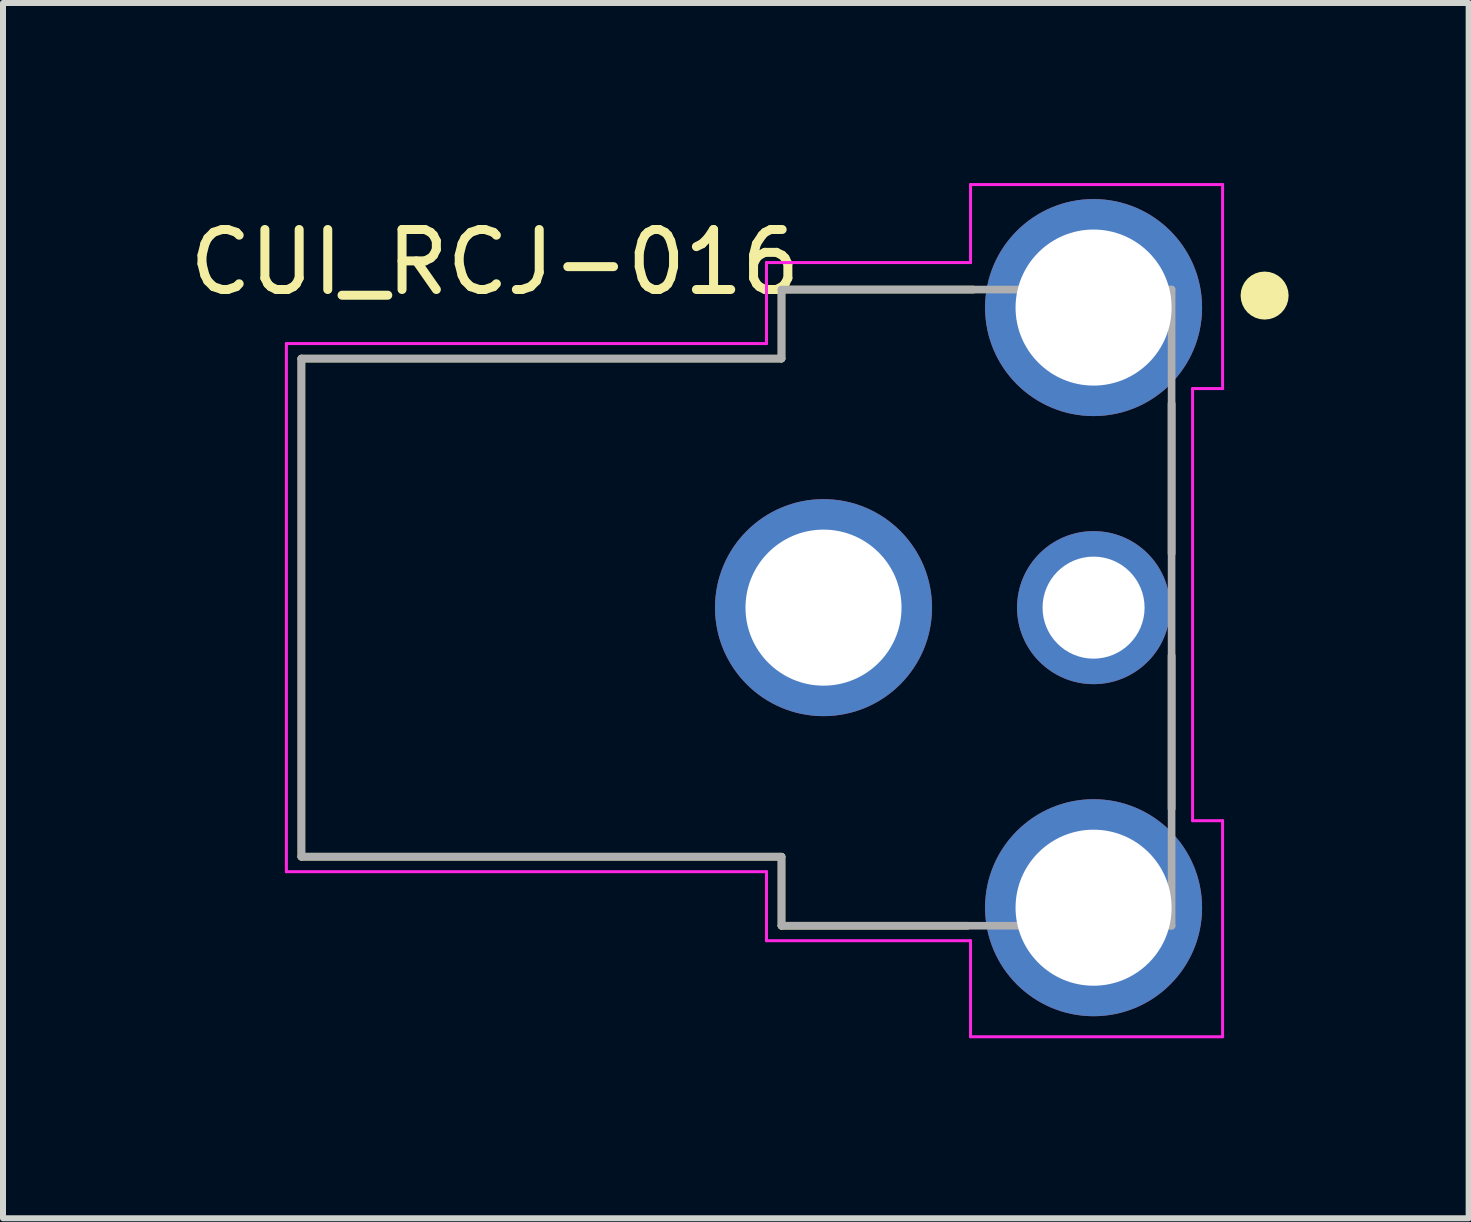
<source format=kicad_pcb>
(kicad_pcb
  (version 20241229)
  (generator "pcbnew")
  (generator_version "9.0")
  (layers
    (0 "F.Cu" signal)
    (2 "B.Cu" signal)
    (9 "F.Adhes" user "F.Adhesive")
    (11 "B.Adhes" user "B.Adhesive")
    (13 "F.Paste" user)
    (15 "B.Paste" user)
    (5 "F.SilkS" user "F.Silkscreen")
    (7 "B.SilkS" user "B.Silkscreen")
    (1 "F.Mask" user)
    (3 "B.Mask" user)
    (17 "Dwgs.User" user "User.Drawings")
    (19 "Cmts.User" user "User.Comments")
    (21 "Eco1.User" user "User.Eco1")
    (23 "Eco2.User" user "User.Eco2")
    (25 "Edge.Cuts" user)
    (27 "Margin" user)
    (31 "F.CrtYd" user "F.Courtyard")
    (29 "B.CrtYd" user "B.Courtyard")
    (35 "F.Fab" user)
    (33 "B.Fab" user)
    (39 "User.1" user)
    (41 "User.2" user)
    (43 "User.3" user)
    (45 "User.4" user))
  (footprint "CUI_RCJ-016"
    (layer "F.Cu")
    (at 9.222 7.075)
    (property "Reference" "CUI_RCJ-016" (at -4.025 -5.756 0) (layer "F.SilkS") (effects (font (size 1 1) (thickness 0.15))))
    (attr through_hole)
    (fp_line (start -7.25 -4.15) (end -7.25 4.15) (stroke (width 0.127) (type solid)) (layer "F.SilkS"))
    (fp_line (start -7.25 4.15) (end 0.75 4.15) (stroke (width 0.127) (type solid)) (layer "F.SilkS"))
    (fp_line (start 0.75 -5.3) (end 0.75 -4.15) (stroke (width 0.127) (type solid)) (layer "F.SilkS"))
    (fp_line (start 0.75 -4.15) (end -7.25 -4.15) (stroke (width 0.127) (type solid)) (layer "F.SilkS"))
    (fp_line (start 0.75 4.15) (end 0.75 5.3) (stroke (width 0.127) (type solid)) (layer "F.SilkS"))
    (fp_line (start 0.75 5.3) (end 3.85 5.3) (stroke (width 0.127) (type solid)) (layer "F.SilkS"))
    (fp_line (start 3.95 -5.3) (end 0.75 -5.3) (stroke (width 0.127) (type solid)) (layer "F.SilkS"))
    (fp_line (start 7.25 -0.9) (end 7.25 -3.4) (stroke (width 0.127) (type solid)) (layer "F.SilkS"))
    (fp_line (start 7.25 3.35) (end 7.25 0.8) (stroke (width 0.127) (type solid)) (layer "F.SilkS"))
    (fp_circle (center 8.8 -5.2) (end 9 -5.2) (stroke (width 0.4) (type solid)) (fill no) (layer "F.SilkS"))
    (fp_line (start -7.5 -4.4) (end -7.5 4.4) (stroke (width 0.05) (type solid)) (layer "F.CrtYd"))
    (fp_line (start -7.5 4.4) (end 0.5 4.4) (stroke (width 0.05) (type solid)) (layer "F.CrtYd"))
    (fp_line (start 0.5 -5.75) (end 0.5 -4.4) (stroke (width 0.05) (type solid)) (layer "F.CrtYd"))
    (fp_line (start 0.5 -4.4) (end -7.5 -4.4) (stroke (width 0.05) (type solid)) (layer "F.CrtYd"))
    (fp_line (start 0.5 4.4) (end 0.5 5.55) (stroke (width 0.05) (type solid)) (layer "F.CrtYd"))
    (fp_line (start 0.5 5.55) (end 3.9 5.55) (stroke (width 0.05) (type solid)) (layer "F.CrtYd"))
    (fp_line (start 3.9 -7.05) (end 8.1 -7.05) (stroke (width 0.05) (type solid)) (layer "F.CrtYd"))
    (fp_line (start 3.9 -5.75) (end 0.5 -5.75) (stroke (width 0.05) (type solid)) (layer "F.CrtYd"))
    (fp_line (start 3.9 -5.75) (end 3.9 -7.05) (stroke (width 0.05) (type solid)) (layer "F.CrtYd"))
    (fp_line (start 3.9 7.15) (end 3.9 5.55) (stroke (width 0.05) (type solid)) (layer "F.CrtYd"))
    (fp_line (start 7.6 -3.65) (end 7.6 3.55) (stroke (width 0.05) (type solid)) (layer "F.CrtYd"))
    (fp_line (start 7.6 3.55) (end 8.1 3.55) (stroke (width 0.05) (type solid)) (layer "F.CrtYd"))
    (fp_line (start 8.1 -7.05) (end 8.1 -3.65) (stroke (width 0.05) (type solid)) (layer "F.CrtYd"))
    (fp_line (start 8.1 -3.65) (end 7.6 -3.65) (stroke (width 0.05) (type solid)) (layer "F.CrtYd"))
    (fp_line (start 8.1 7.15) (end 3.9 7.15) (stroke (width 0.05) (type solid)) (layer "F.CrtYd"))
    (fp_line (start 8.1 7.15) (end 8.1 3.55) (stroke (width 0.05) (type solid)) (layer "F.CrtYd"))
    (fp_line (start -7.25 -4.15) (end -7.25 4.15) (stroke (width 0.127) (type solid)) (layer "F.Fab"))
    (fp_line (start -7.25 4.15) (end 0.75 4.15) (stroke (width 0.127) (type solid)) (layer "F.Fab"))
    (fp_line (start 0.75 -5.3) (end 0.75 -4.15) (stroke (width 0.127) (type solid)) (layer "F.Fab"))
    (fp_line (start 0.75 -4.15) (end -7.25 -4.15) (stroke (width 0.127) (type solid)) (layer "F.Fab"))
    (fp_line (start 0.75 4.15) (end 0.75 5.3) (stroke (width 0.127) (type solid)) (layer "F.Fab"))
    (fp_line (start 0.75 5.3) (end 7.25 5.3) (stroke (width 0.127) (type solid)) (layer "F.Fab"))
    (fp_line (start 7.25 -5.3) (end 0.75 -5.3) (stroke (width 0.127) (type solid)) (layer "F.Fab"))
    (fp_line (start 7.25 5.3) (end 7.25 -5.3) (stroke (width 0.127) (type solid)) (layer "F.Fab"))
    (pad "1A" thru_hole circle (at 5.95 -5) (size 3.616 3.616) (drill 2.6) (layers "*.Cu" "*.Mask"))
    (pad "1B" thru_hole circle (at 5.95 5) (size 3.616 3.616) (drill 2.6) (layers "*.Cu" "*.Mask"))
    (pad "1C" thru_hole circle (at 1.45 0) (size 3.616 3.616) (drill 2.6) (layers "*.Cu" "*.Mask"))
    (pad "2" thru_hole circle (at 5.95 0) (size 2.55 2.55) (drill 1.7) (layers "*.Cu" "*.Mask")))
  (gr_rect
    (start -3 -3)
    (end 21.422 17.25)
    (stroke (width 0.1) (type default))
    (fill no)
    (layer "Edge.Cuts")))
</source>
